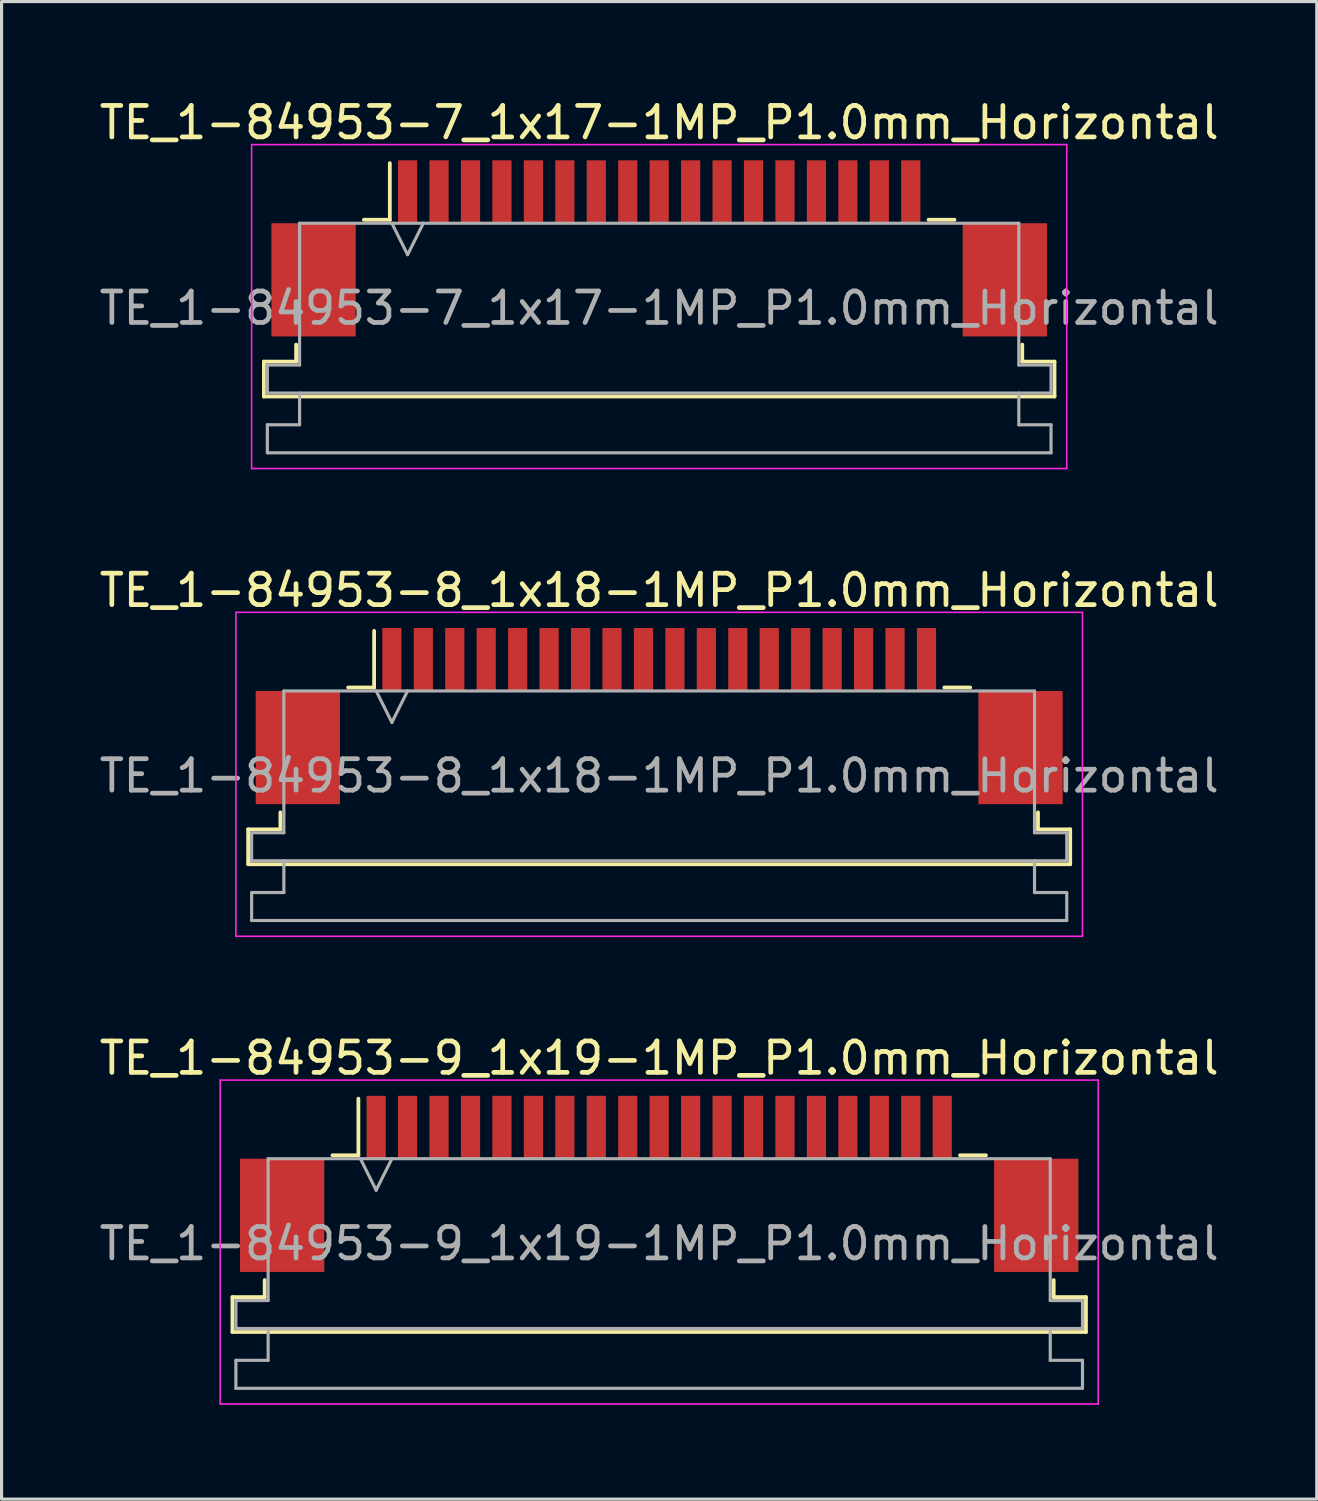
<source format=kicad_pcb>
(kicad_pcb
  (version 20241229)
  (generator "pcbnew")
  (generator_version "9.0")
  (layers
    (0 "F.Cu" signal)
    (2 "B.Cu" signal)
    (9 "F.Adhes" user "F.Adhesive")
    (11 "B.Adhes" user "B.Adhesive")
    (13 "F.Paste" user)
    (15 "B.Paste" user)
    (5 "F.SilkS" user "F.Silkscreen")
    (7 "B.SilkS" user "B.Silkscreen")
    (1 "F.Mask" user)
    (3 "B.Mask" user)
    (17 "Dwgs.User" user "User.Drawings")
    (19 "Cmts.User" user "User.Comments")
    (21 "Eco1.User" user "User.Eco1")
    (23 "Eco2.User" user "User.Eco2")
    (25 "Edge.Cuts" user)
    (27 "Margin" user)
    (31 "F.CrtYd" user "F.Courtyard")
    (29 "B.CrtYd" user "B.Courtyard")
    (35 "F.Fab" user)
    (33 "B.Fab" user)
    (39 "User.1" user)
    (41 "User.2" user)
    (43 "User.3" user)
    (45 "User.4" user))
  (footprint "TE_1-84953-9_1x19-1MP_P1.0mm_Horizontal"
    (layer "F.Cu")
    (at 17.911 34.595)
    (property "Reference" "TE_1-84953-9_1x19-1MP_P1.0mm_Horizontal" (at 0 -4 0) (layer "F.SilkS") (effects (font (size 1 1) (thickness 0.15))))
    (attr smd)
    (fp_line (start -13.57 3.6) (end -12.545 3.6) (stroke (width 0.12) (type solid)) (layer "F.SilkS"))
    (fp_line (start -13.57 4.71) (end -13.57 3.6) (stroke (width 0.12) (type solid)) (layer "F.SilkS"))
    (fp_line (start -12.545 3.6) (end -12.545 3.06) (stroke (width 0.12) (type solid)) (layer "F.SilkS"))
    (fp_line (start -10.39 -0.91) (end -9.565 -0.91) (stroke (width 0.12) (type solid)) (layer "F.SilkS"))
    (fp_line (start -9.565 -0.91) (end -9.565 -2.71) (stroke (width 0.12) (type solid)) (layer "F.SilkS"))
    (fp_line (start 9.565 -0.91) (end 10.39 -0.91) (stroke (width 0.12) (type solid)) (layer "F.SilkS"))
    (fp_line (start 12.545 3.06) (end 12.545 3.6) (stroke (width 0.12) (type solid)) (layer "F.SilkS"))
    (fp_line (start 12.545 3.6) (end 13.57 3.6) (stroke (width 0.12) (type solid)) (layer "F.SilkS"))
    (fp_line (start 13.57 3.6) (end 13.57 4.71) (stroke (width 0.12) (type solid)) (layer "F.SilkS"))
    (fp_line (start 13.57 4.71) (end -13.57 4.71) (stroke (width 0.12) (type solid)) (layer "F.SilkS"))
    (fp_line (start -13.96 -3.3) (end -13.96 7) (stroke (width 0.05) (type solid)) (layer "F.CrtYd"))
    (fp_line (start -13.96 7) (end 13.96 7) (stroke (width 0.05) (type solid)) (layer "F.CrtYd"))
    (fp_line (start 13.96 -3.3) (end -13.96 -3.3) (stroke (width 0.05) (type solid)) (layer "F.CrtYd"))
    (fp_line (start 13.96 7) (end 13.96 -3.3) (stroke (width 0.05) (type solid)) (layer "F.CrtYd"))
    (fp_line (start -13.46 3.71) (end -12.435 3.71) (stroke (width 0.1) (type solid)) (layer "F.Fab"))
    (fp_line (start -13.46 4.6) (end -13.46 3.71) (stroke (width 0.1) (type solid)) (layer "F.Fab"))
    (fp_line (start -13.46 5.61) (end -12.435 5.61) (stroke (width 0.1) (type solid)) (layer "F.Fab"))
    (fp_line (start -13.46 6.5) (end -13.46 5.61) (stroke (width 0.1) (type solid)) (layer "F.Fab"))
    (fp_line (start -12.435 -0.8) (end 12.435 -0.8) (stroke (width 0.1) (type solid)) (layer "F.Fab"))
    (fp_line (start -12.435 3.71) (end -12.435 -0.8) (stroke (width 0.1) (type solid)) (layer "F.Fab"))
    (fp_line (start -12.435 5.61) (end -12.435 4.6) (stroke (width 0.1) (type solid)) (layer "F.Fab"))
    (fp_line (start -9.5 -0.8) (end -9 0.2) (stroke (width 0.1) (type solid)) (layer "F.Fab"))
    (fp_line (start -9 0.2) (end -8.5 -0.8) (stroke (width 0.1) (type solid)) (layer "F.Fab"))
    (fp_line (start 12.435 -0.8) (end 12.435 3.71) (stroke (width 0.1) (type solid)) (layer "F.Fab"))
    (fp_line (start 12.435 3.71) (end 13.46 3.71) (stroke (width 0.1) (type solid)) (layer "F.Fab"))
    (fp_line (start 12.435 4.6) (end 12.435 5.61) (stroke (width 0.1) (type solid)) (layer "F.Fab"))
    (fp_line (start 12.435 5.61) (end 13.46 5.61) (stroke (width 0.1) (type solid)) (layer "F.Fab"))
    (fp_line (start 13.46 3.71) (end 13.46 4.6) (stroke (width 0.1) (type solid)) (layer "F.Fab"))
    (fp_line (start 13.46 4.6) (end -13.46 4.6) (stroke (width 0.1) (type solid)) (layer "F.Fab"))
    (fp_line (start 13.46 5.61) (end 13.46 6.5) (stroke (width 0.1) (type solid)) (layer "F.Fab"))
    (fp_line (start 13.46 6.5) (end -13.46 6.5) (stroke (width 0.1) (type solid)) (layer "F.Fab"))
    (fp_text user "${REFERENCE}" (at 0 1.9 0) (layer "F.Fab") (effects (font (size 1 1) (thickness 0.15))))
    (pad "1" smd rect (at -9 -1.8) (size 0.61 2) (layers "F.Cu" "F.Mask" "F.Paste"))
    (pad "2" smd rect (at -8 -1.8) (size 0.61 2) (layers "F.Cu" "F.Mask" "F.Paste"))
    (pad "3" smd rect (at -7 -1.8) (size 0.61 2) (layers "F.Cu" "F.Mask" "F.Paste"))
    (pad "4" smd rect (at -6 -1.8) (size 0.61 2) (layers "F.Cu" "F.Mask" "F.Paste"))
    (pad "5" smd rect (at -5 -1.8) (size 0.61 2) (layers "F.Cu" "F.Mask" "F.Paste"))
    (pad "6" smd rect (at -4 -1.8) (size 0.61 2) (layers "F.Cu" "F.Mask" "F.Paste"))
    (pad "7" smd rect (at -3 -1.8) (size 0.61 2) (layers "F.Cu" "F.Mask" "F.Paste"))
    (pad "8" smd rect (at -2 -1.8) (size 0.61 2) (layers "F.Cu" "F.Mask" "F.Paste"))
    (pad "9" smd rect (at -1 -1.8) (size 0.61 2) (layers "F.Cu" "F.Mask" "F.Paste"))
    (pad "10" smd rect (at 0 -1.8) (size 0.61 2) (layers "F.Cu" "F.Mask" "F.Paste"))
    (pad "11" smd rect (at 1 -1.8) (size 0.61 2) (layers "F.Cu" "F.Mask" "F.Paste"))
    (pad "12" smd rect (at 2 -1.8) (size 0.61 2) (layers "F.Cu" "F.Mask" "F.Paste"))
    (pad "13" smd rect (at 3 -1.8) (size 0.61 2) (layers "F.Cu" "F.Mask" "F.Paste"))
    (pad "14" smd rect (at 4 -1.8) (size 0.61 2) (layers "F.Cu" "F.Mask" "F.Paste"))
    (pad "15" smd rect (at 5 -1.8) (size 0.61 2) (layers "F.Cu" "F.Mask" "F.Paste"))
    (pad "16" smd rect (at 6 -1.8) (size 0.61 2) (layers "F.Cu" "F.Mask" "F.Paste"))
    (pad "17" smd rect (at 7 -1.8) (size 0.61 2) (layers "F.Cu" "F.Mask" "F.Paste"))
    (pad "18" smd rect (at 8 -1.8) (size 0.61 2) (layers "F.Cu" "F.Mask" "F.Paste"))
    (pad "19" smd rect (at 9 -1.8) (size 0.61 2) (layers "F.Cu" "F.Mask" "F.Paste"))
    (pad "MP" smd rect (at -11.99 1) (size 2.68 3.6) (layers "F.Cu" "F.Mask" "F.Paste"))
    (pad "MP" smd rect (at 11.99 1) (size 2.68 3.6) (layers "F.Cu" "F.Mask" "F.Paste")))
  (footprint "TE_1-84953-7_1x17-1MP_P1.0mm_Horizontal"
    (layer "F.Cu")
    (at 17.911 4.848)
    (property "Reference" "TE_1-84953-7_1x17-1MP_P1.0mm_Horizontal" (at 0 -4 0) (layer "F.SilkS") (effects (font (size 1 1) (thickness 0.15))))
    (attr smd)
    (fp_line (start -12.57 3.6) (end -11.545 3.6) (stroke (width 0.12) (type solid)) (layer "F.SilkS"))
    (fp_line (start -12.57 4.71) (end -12.57 3.6) (stroke (width 0.12) (type solid)) (layer "F.SilkS"))
    (fp_line (start -11.545 3.6) (end -11.545 3.06) (stroke (width 0.12) (type solid)) (layer "F.SilkS"))
    (fp_line (start -9.39 -0.91) (end -8.565 -0.91) (stroke (width 0.12) (type solid)) (layer "F.SilkS"))
    (fp_line (start -8.565 -0.91) (end -8.565 -2.71) (stroke (width 0.12) (type solid)) (layer "F.SilkS"))
    (fp_line (start 8.565 -0.91) (end 9.39 -0.91) (stroke (width 0.12) (type solid)) (layer "F.SilkS"))
    (fp_line (start 11.545 3.06) (end 11.545 3.6) (stroke (width 0.12) (type solid)) (layer "F.SilkS"))
    (fp_line (start 11.545 3.6) (end 12.57 3.6) (stroke (width 0.12) (type solid)) (layer "F.SilkS"))
    (fp_line (start 12.57 3.6) (end 12.57 4.71) (stroke (width 0.12) (type solid)) (layer "F.SilkS"))
    (fp_line (start 12.57 4.71) (end -12.57 4.71) (stroke (width 0.12) (type solid)) (layer "F.SilkS"))
    (fp_line (start -12.96 -3.3) (end -12.96 7) (stroke (width 0.05) (type solid)) (layer "F.CrtYd"))
    (fp_line (start -12.96 7) (end 12.96 7) (stroke (width 0.05) (type solid)) (layer "F.CrtYd"))
    (fp_line (start 12.96 -3.3) (end -12.96 -3.3) (stroke (width 0.05) (type solid)) (layer "F.CrtYd"))
    (fp_line (start 12.96 7) (end 12.96 -3.3) (stroke (width 0.05) (type solid)) (layer "F.CrtYd"))
    (fp_line (start -12.46 3.71) (end -11.435 3.71) (stroke (width 0.1) (type solid)) (layer "F.Fab"))
    (fp_line (start -12.46 4.6) (end -12.46 3.71) (stroke (width 0.1) (type solid)) (layer "F.Fab"))
    (fp_line (start -12.46 5.61) (end -11.435 5.61) (stroke (width 0.1) (type solid)) (layer "F.Fab"))
    (fp_line (start -12.46 6.5) (end -12.46 5.61) (stroke (width 0.1) (type solid)) (layer "F.Fab"))
    (fp_line (start -11.435 -0.8) (end 11.435 -0.8) (stroke (width 0.1) (type solid)) (layer "F.Fab"))
    (fp_line (start -11.435 3.71) (end -11.435 -0.8) (stroke (width 0.1) (type solid)) (layer "F.Fab"))
    (fp_line (start -11.435 5.61) (end -11.435 4.6) (stroke (width 0.1) (type solid)) (layer "F.Fab"))
    (fp_line (start -8.5 -0.8) (end -8 0.2) (stroke (width 0.1) (type solid)) (layer "F.Fab"))
    (fp_line (start -8 0.2) (end -7.5 -0.8) (stroke (width 0.1) (type solid)) (layer "F.Fab"))
    (fp_line (start 11.435 -0.8) (end 11.435 3.71) (stroke (width 0.1) (type solid)) (layer "F.Fab"))
    (fp_line (start 11.435 3.71) (end 12.46 3.71) (stroke (width 0.1) (type solid)) (layer "F.Fab"))
    (fp_line (start 11.435 4.6) (end 11.435 5.61) (stroke (width 0.1) (type solid)) (layer "F.Fab"))
    (fp_line (start 11.435 5.61) (end 12.46 5.61) (stroke (width 0.1) (type solid)) (layer "F.Fab"))
    (fp_line (start 12.46 3.71) (end 12.46 4.6) (stroke (width 0.1) (type solid)) (layer "F.Fab"))
    (fp_line (start 12.46 4.6) (end -12.46 4.6) (stroke (width 0.1) (type solid)) (layer "F.Fab"))
    (fp_line (start 12.46 5.61) (end 12.46 6.5) (stroke (width 0.1) (type solid)) (layer "F.Fab"))
    (fp_line (start 12.46 6.5) (end -12.46 6.5) (stroke (width 0.1) (type solid)) (layer "F.Fab"))
    (fp_text user "${REFERENCE}" (at 0 1.9 0) (layer "F.Fab") (effects (font (size 1 1) (thickness 0.15))))
    (pad "1" smd rect (at -8 -1.8) (size 0.61 2) (layers "F.Cu" "F.Mask" "F.Paste"))
    (pad "2" smd rect (at -7 -1.8) (size 0.61 2) (layers "F.Cu" "F.Mask" "F.Paste"))
    (pad "3" smd rect (at -6 -1.8) (size 0.61 2) (layers "F.Cu" "F.Mask" "F.Paste"))
    (pad "4" smd rect (at -5 -1.8) (size 0.61 2) (layers "F.Cu" "F.Mask" "F.Paste"))
    (pad "5" smd rect (at -4 -1.8) (size 0.61 2) (layers "F.Cu" "F.Mask" "F.Paste"))
    (pad "6" smd rect (at -3 -1.8) (size 0.61 2) (layers "F.Cu" "F.Mask" "F.Paste"))
    (pad "7" smd rect (at -2 -1.8) (size 0.61 2) (layers "F.Cu" "F.Mask" "F.Paste"))
    (pad "8" smd rect (at -1 -1.8) (size 0.61 2) (layers "F.Cu" "F.Mask" "F.Paste"))
    (pad "9" smd rect (at 0 -1.8) (size 0.61 2) (layers "F.Cu" "F.Mask" "F.Paste"))
    (pad "10" smd rect (at 1 -1.8) (size 0.61 2) (layers "F.Cu" "F.Mask" "F.Paste"))
    (pad "11" smd rect (at 2 -1.8) (size 0.61 2) (layers "F.Cu" "F.Mask" "F.Paste"))
    (pad "12" smd rect (at 3 -1.8) (size 0.61 2) (layers "F.Cu" "F.Mask" "F.Paste"))
    (pad "13" smd rect (at 4 -1.8) (size 0.61 2) (layers "F.Cu" "F.Mask" "F.Paste"))
    (pad "14" smd rect (at 5 -1.8) (size 0.61 2) (layers "F.Cu" "F.Mask" "F.Paste"))
    (pad "15" smd rect (at 6 -1.8) (size 0.61 2) (layers "F.Cu" "F.Mask" "F.Paste"))
    (pad "16" smd rect (at 7 -1.8) (size 0.61 2) (layers "F.Cu" "F.Mask" "F.Paste"))
    (pad "17" smd rect (at 8 -1.8) (size 0.61 2) (layers "F.Cu" "F.Mask" "F.Paste"))
    (pad "MP" smd rect (at -10.99 1) (size 2.68 3.6) (layers "F.Cu" "F.Mask" "F.Paste"))
    (pad "MP" smd rect (at 10.99 1) (size 2.68 3.6) (layers "F.Cu" "F.Mask" "F.Paste")))
  (footprint "TE_1-84953-8_1x18-1MP_P1.0mm_Horizontal"
    (layer "F.Cu")
    (at 17.911 19.721)
    (property "Reference" "TE_1-84953-8_1x18-1MP_P1.0mm_Horizontal" (at 0 -4 0) (layer "F.SilkS") (effects (font (size 1 1) (thickness 0.15))))
    (attr smd)
    (fp_line (start -13.07 3.6) (end -12.045 3.6) (stroke (width 0.12) (type solid)) (layer "F.SilkS"))
    (fp_line (start -13.07 4.71) (end -13.07 3.6) (stroke (width 0.12) (type solid)) (layer "F.SilkS"))
    (fp_line (start -12.045 3.6) (end -12.045 3.06) (stroke (width 0.12) (type solid)) (layer "F.SilkS"))
    (fp_line (start -9.89 -0.91) (end -9.065 -0.91) (stroke (width 0.12) (type solid)) (layer "F.SilkS"))
    (fp_line (start -9.065 -0.91) (end -9.065 -2.71) (stroke (width 0.12) (type solid)) (layer "F.SilkS"))
    (fp_line (start 9.065 -0.91) (end 9.89 -0.91) (stroke (width 0.12) (type solid)) (layer "F.SilkS"))
    (fp_line (start 12.045 3.06) (end 12.045 3.6) (stroke (width 0.12) (type solid)) (layer "F.SilkS"))
    (fp_line (start 12.045 3.6) (end 13.07 3.6) (stroke (width 0.12) (type solid)) (layer "F.SilkS"))
    (fp_line (start 13.07 3.6) (end 13.07 4.71) (stroke (width 0.12) (type solid)) (layer "F.SilkS"))
    (fp_line (start 13.07 4.71) (end -13.07 4.71) (stroke (width 0.12) (type solid)) (layer "F.SilkS"))
    (fp_line (start -13.46 -3.3) (end -13.46 7) (stroke (width 0.05) (type solid)) (layer "F.CrtYd"))
    (fp_line (start -13.46 7) (end 13.46 7) (stroke (width 0.05) (type solid)) (layer "F.CrtYd"))
    (fp_line (start 13.46 -3.3) (end -13.46 -3.3) (stroke (width 0.05) (type solid)) (layer "F.CrtYd"))
    (fp_line (start 13.46 7) (end 13.46 -3.3) (stroke (width 0.05) (type solid)) (layer "F.CrtYd"))
    (fp_line (start -12.96 3.71) (end -11.935 3.71) (stroke (width 0.1) (type solid)) (layer "F.Fab"))
    (fp_line (start -12.96 4.6) (end -12.96 3.71) (stroke (width 0.1) (type solid)) (layer "F.Fab"))
    (fp_line (start -12.96 5.61) (end -11.935 5.61) (stroke (width 0.1) (type solid)) (layer "F.Fab"))
    (fp_line (start -12.96 6.5) (end -12.96 5.61) (stroke (width 0.1) (type solid)) (layer "F.Fab"))
    (fp_line (start -11.935 -0.8) (end 11.935 -0.8) (stroke (width 0.1) (type solid)) (layer "F.Fab"))
    (fp_line (start -11.935 3.71) (end -11.935 -0.8) (stroke (width 0.1) (type solid)) (layer "F.Fab"))
    (fp_line (start -11.935 5.61) (end -11.935 4.6) (stroke (width 0.1) (type solid)) (layer "F.Fab"))
    (fp_line (start -9 -0.8) (end -8.5 0.2) (stroke (width 0.1) (type solid)) (layer "F.Fab"))
    (fp_line (start -8.5 0.2) (end -8 -0.8) (stroke (width 0.1) (type solid)) (layer "F.Fab"))
    (fp_line (start 11.935 -0.8) (end 11.935 3.71) (stroke (width 0.1) (type solid)) (layer "F.Fab"))
    (fp_line (start 11.935 3.71) (end 12.96 3.71) (stroke (width 0.1) (type solid)) (layer "F.Fab"))
    (fp_line (start 11.935 4.6) (end 11.935 5.61) (stroke (width 0.1) (type solid)) (layer "F.Fab"))
    (fp_line (start 11.935 5.61) (end 12.96 5.61) (stroke (width 0.1) (type solid)) (layer "F.Fab"))
    (fp_line (start 12.96 3.71) (end 12.96 4.6) (stroke (width 0.1) (type solid)) (layer "F.Fab"))
    (fp_line (start 12.96 4.6) (end -12.96 4.6) (stroke (width 0.1) (type solid)) (layer "F.Fab"))
    (fp_line (start 12.96 5.61) (end 12.96 6.5) (stroke (width 0.1) (type solid)) (layer "F.Fab"))
    (fp_line (start 12.96 6.5) (end -12.96 6.5) (stroke (width 0.1) (type solid)) (layer "F.Fab"))
    (fp_text user "${REFERENCE}" (at 0 1.9 0) (layer "F.Fab") (effects (font (size 1 1) (thickness 0.15))))
    (pad "1" smd rect (at -8.5 -1.8) (size 0.61 2) (layers "F.Cu" "F.Mask" "F.Paste"))
    (pad "2" smd rect (at -7.5 -1.8) (size 0.61 2) (layers "F.Cu" "F.Mask" "F.Paste"))
    (pad "3" smd rect (at -6.5 -1.8) (size 0.61 2) (layers "F.Cu" "F.Mask" "F.Paste"))
    (pad "4" smd rect (at -5.5 -1.8) (size 0.61 2) (layers "F.Cu" "F.Mask" "F.Paste"))
    (pad "5" smd rect (at -4.5 -1.8) (size 0.61 2) (layers "F.Cu" "F.Mask" "F.Paste"))
    (pad "6" smd rect (at -3.5 -1.8) (size 0.61 2) (layers "F.Cu" "F.Mask" "F.Paste"))
    (pad "7" smd rect (at -2.5 -1.8) (size 0.61 2) (layers "F.Cu" "F.Mask" "F.Paste"))
    (pad "8" smd rect (at -1.5 -1.8) (size 0.61 2) (layers "F.Cu" "F.Mask" "F.Paste"))
    (pad "9" smd rect (at -0.5 -1.8) (size 0.61 2) (layers "F.Cu" "F.Mask" "F.Paste"))
    (pad "10" smd rect (at 0.5 -1.8) (size 0.61 2) (layers "F.Cu" "F.Mask" "F.Paste"))
    (pad "11" smd rect (at 1.5 -1.8) (size 0.61 2) (layers "F.Cu" "F.Mask" "F.Paste"))
    (pad "12" smd rect (at 2.5 -1.8) (size 0.61 2) (layers "F.Cu" "F.Mask" "F.Paste"))
    (pad "13" smd rect (at 3.5 -1.8) (size 0.61 2) (layers "F.Cu" "F.Mask" "F.Paste"))
    (pad "14" smd rect (at 4.5 -1.8) (size 0.61 2) (layers "F.Cu" "F.Mask" "F.Paste"))
    (pad "15" smd rect (at 5.5 -1.8) (size 0.61 2) (layers "F.Cu" "F.Mask" "F.Paste"))
    (pad "16" smd rect (at 6.5 -1.8) (size 0.61 2) (layers "F.Cu" "F.Mask" "F.Paste"))
    (pad "17" smd rect (at 7.5 -1.8) (size 0.61 2) (layers "F.Cu" "F.Mask" "F.Paste"))
    (pad "18" smd rect (at 8.5 -1.8) (size 0.61 2) (layers "F.Cu" "F.Mask" "F.Paste"))
    (pad "MP" smd rect (at -11.49 1) (size 2.68 3.6) (layers "F.Cu" "F.Mask" "F.Paste"))
    (pad "MP" smd rect (at 11.49 1) (size 2.68 3.6) (layers "F.Cu" "F.Mask" "F.Paste")))
  (gr_rect
    (start -3 -3)
    (end 38.821 44.62)
    (stroke (width 0.1) (type default))
    (fill no)
    (layer "Edge.Cuts")))
</source>
